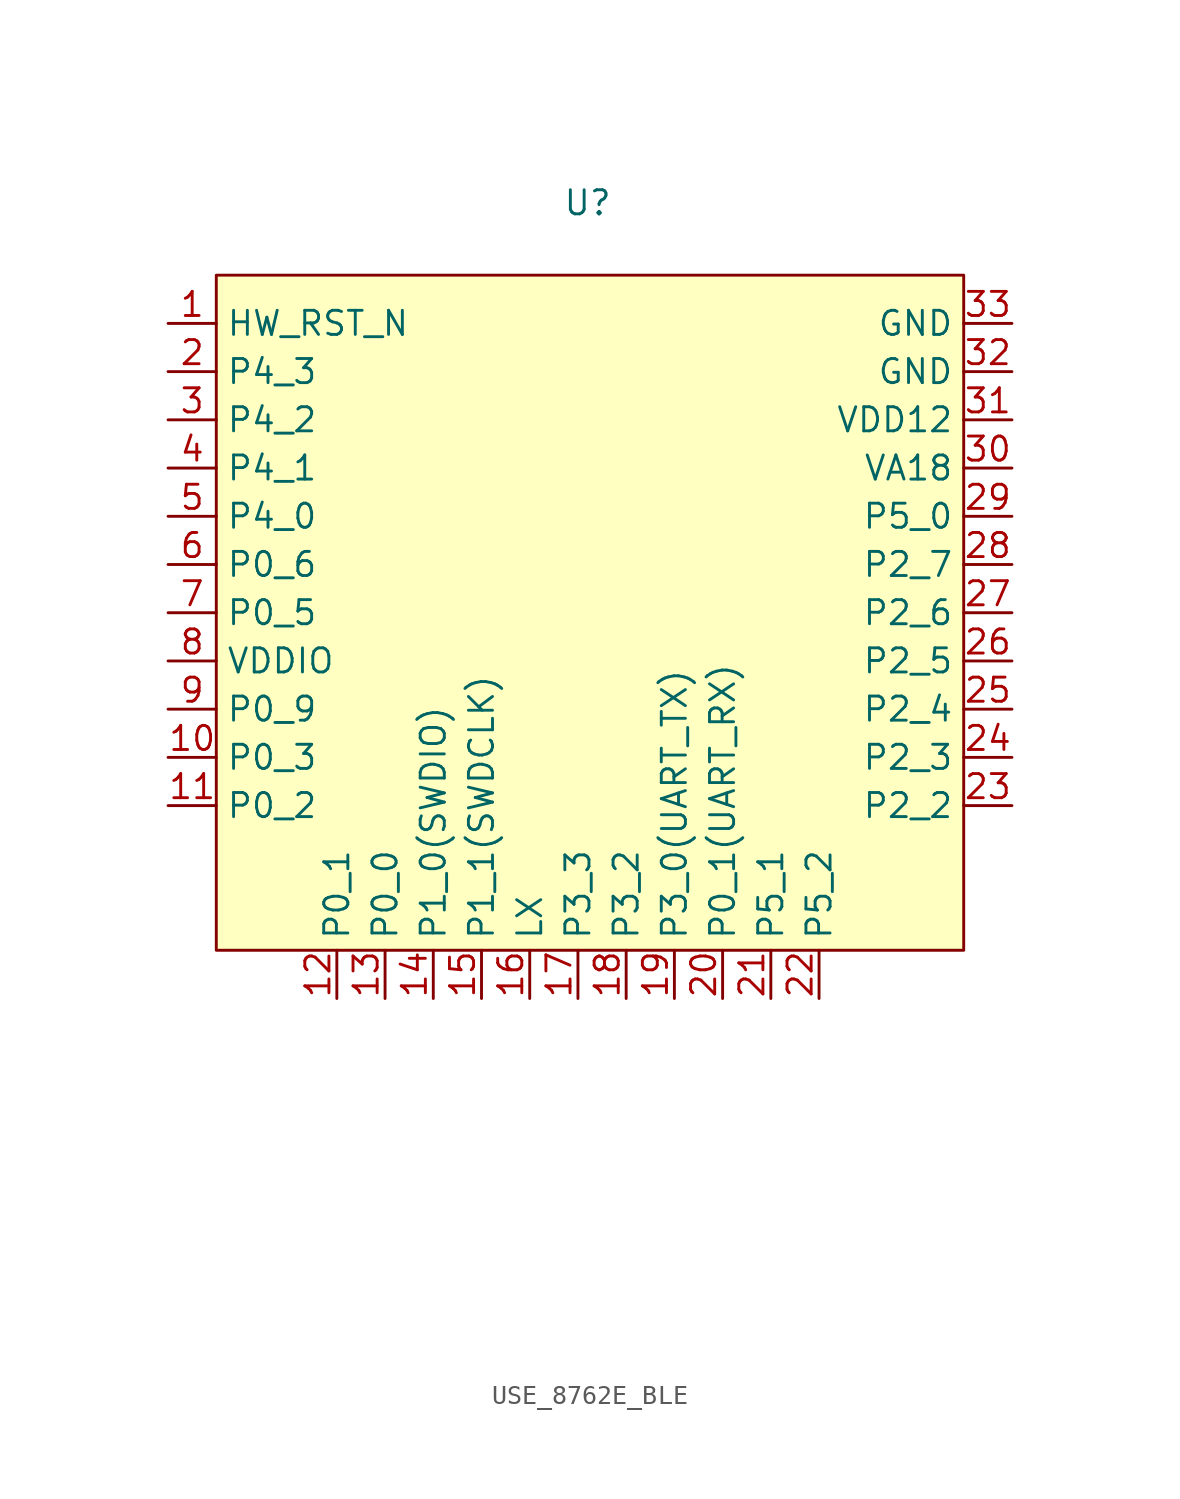
<source format=kicad_sym>
(kicad_symbol_lib
  (version 20231120)
  (generator "kicad_symbol_editor")
  (generator_version "8.0")
  (symbol "USE_8762E_BLE"
    (property "Reference" "U"
      (at 19.558 55.88 0)
      (effects (font (size 1.27 1.27))))
    (property "Value" ""
      (at 0 0 0)
      (effects (font (size 1.27 1.27))))
    (property "Footprint" ""
      (at 0 0 0)
      (effects (font (size 1.27 1.27))))
    (symbol "USE_8762E_BLE_1_1"
      (rectangle (start 0 52.07) (end 39.37 16.51) (stroke (width 0) (type default)) (fill (type background)))
      (pin input line (at -2.54 49.53 0) (length 2.54) (name "HW_RST_N" (effects (font (size 1.27 1.27)))) (number "1" (effects (font (size 1.27 1.27)))))
      (pin bidirectional line (at -2.54 26.67 0) (length 2.54) (name "P0_3" (effects (font (size 1.27 1.27)))) (number "10" (effects (font (size 1.27 1.27)))))
      (pin bidirectional line (at -2.54 24.13 0) (length 2.54) (name "P0_2" (effects (font (size 1.27 1.27)))) (number "11" (effects (font (size 1.27 1.27)))))
      (pin bidirectional line (at 6.35 13.97 90) (length 2.54) (name "P0_1" (effects (font (size 1.27 1.27)))) (number "12" (effects (font (size 1.27 1.27)))))
      (pin bidirectional line (at 8.89 13.97 90) (length 2.54) (name "P0_0" (effects (font (size 1.27 1.27)))) (number "13" (effects (font (size 1.27 1.27)))))
      (pin bidirectional line (at 11.43 13.97 90) (length 2.54) (name "P1_0(SWDIO)" (effects (font (size 1.27 1.27)))) (number "14" (effects (font (size 1.27 1.27)))))
      (pin bidirectional line (at 13.97 13.97 90) (length 2.54) (name "P1_1(SWDCLK)" (effects (font (size 1.27 1.27)))) (number "15" (effects (font (size 1.27 1.27)))))
      (pin power_out line (at 16.51 13.97 90) (length 2.54) (name "LX" (effects (font (size 1.27 1.27)))) (number "16" (effects (font (size 1.27 1.27)))))
      (pin bidirectional line (at 19.05 13.97 90) (length 2.54) (name "P3_3" (effects (font (size 1.27 1.27)))) (number "17" (effects (font (size 1.27 1.27)))))
      (pin bidirectional line (at 21.59 13.97 90) (length 2.54) (name "P3_2" (effects (font (size 1.27 1.27)))) (number "18" (effects (font (size 1.27 1.27)))))
      (pin bidirectional line (at 24.13 13.97 90) (length 2.54) (name "P3_0(UART_TX)" (effects (font (size 1.27 1.27)))) (number "19" (effects (font (size 1.27 1.27)))))
      (pin bidirectional line (at -2.54 46.99 0) (length 2.54) (name "P4_3" (effects (font (size 1.27 1.27)))) (number "2" (effects (font (size 1.27 1.27)))))
      (pin bidirectional line (at 26.67 13.97 90) (length 2.54) (name "P0_1(UART_RX)" (effects (font (size 1.27 1.27)))) (number "20" (effects (font (size 1.27 1.27)))))
      (pin bidirectional line (at 29.21 13.97 90) (length 2.54) (name "P5_1" (effects (font (size 1.27 1.27)))) (number "21" (effects (font (size 1.27 1.27)))))
      (pin bidirectional line (at 31.75 13.97 90) (length 2.54) (name "P5_2" (effects (font (size 1.27 1.27)))) (number "22" (effects (font (size 1.27 1.27)))))
      (pin bidirectional line (at 41.91 24.13 180) (length 2.54) (name "P2_2" (effects (font (size 1.27 1.27)))) (number "23" (effects (font (size 1.27 1.27)))))
      (pin bidirectional line (at 41.91 26.67 180) (length 2.54) (name "P2_3" (effects (font (size 1.27 1.27)))) (number "24" (effects (font (size 1.27 1.27)))))
      (pin bidirectional line (at 41.91 29.21 180) (length 2.54) (name "P2_4" (effects (font (size 1.27 1.27)))) (number "25" (effects (font (size 1.27 1.27)))))
      (pin bidirectional line (at 41.91 31.75 180) (length 2.54) (name "P2_5" (effects (font (size 1.27 1.27)))) (number "26" (effects (font (size 1.27 1.27)))))
      (pin bidirectional line (at 41.91 34.29 180) (length 2.54) (name "P2_6" (effects (font (size 1.27 1.27)))) (number "27" (effects (font (size 1.27 1.27)))))
      (pin bidirectional line (at 41.91 36.83 180) (length 2.54) (name "P2_7" (effects (font (size 1.27 1.27)))) (number "28" (effects (font (size 1.27 1.27)))))
      (pin bidirectional line (at 41.91 39.37 180) (length 2.54) (name "P5_0" (effects (font (size 1.27 1.27)))) (number "29" (effects (font (size 1.27 1.27)))) (alternate "MICBIAS" power_out line))
      (pin bidirectional line (at -2.54 44.45 0) (length 2.54) (name "P4_2" (effects (font (size 1.27 1.27)))) (number "3" (effects (font (size 1.27 1.27)))))
      (pin power_in line (at 41.91 41.91 180) (length 2.54) (name "VA18" (effects (font (size 1.27 1.27)))) (number "30" (effects (font (size 1.27 1.27)))))
      (pin power_in line (at 41.91 44.45 180) (length 2.54) (name "VDD12" (effects (font (size 1.27 1.27)))) (number "31" (effects (font (size 1.27 1.27)))))
      (pin power_in line (at 41.91 46.99 180) (length 2.54) (name "GND" (effects (font (size 1.27 1.27)))) (number "32" (effects (font (size 1.27 1.27)))))
      (pin power_in line (at 41.91 49.53 180) (length 2.54) (name "GND" (effects (font (size 1.27 1.27)))) (number "33" (effects (font (size 1.27 1.27)))))
      (pin bidirectional line (at -2.54 41.91 0) (length 2.54) (name "P4_1" (effects (font (size 1.27 1.27)))) (number "4" (effects (font (size 1.27 1.27)))))
      (pin bidirectional line (at -2.54 39.37 0) (length 2.54) (name "P4_0" (effects (font (size 1.27 1.27)))) (number "5" (effects (font (size 1.27 1.27)))))
      (pin bidirectional line (at -2.54 36.83 0) (length 2.54) (name "P0_6" (effects (font (size 1.27 1.27)))) (number "6" (effects (font (size 1.27 1.27)))))
      (pin bidirectional line (at -2.54 34.29 0) (length 2.54) (name "P0_5" (effects (font (size 1.27 1.27)))) (number "7" (effects (font (size 1.27 1.27)))))
      (pin power_in line (at -2.54 31.75 0) (length 2.54) (name "VDDIO" (effects (font (size 1.27 1.27)))) (number "8" (effects (font (size 1.27 1.27)))))
      (pin bidirectional line (at -2.54 29.21 0) (length 2.54) (name "P0_9" (effects (font (size 1.27 1.27)))) (number "9" (effects (font (size 1.27 1.27))))))))
</source>
